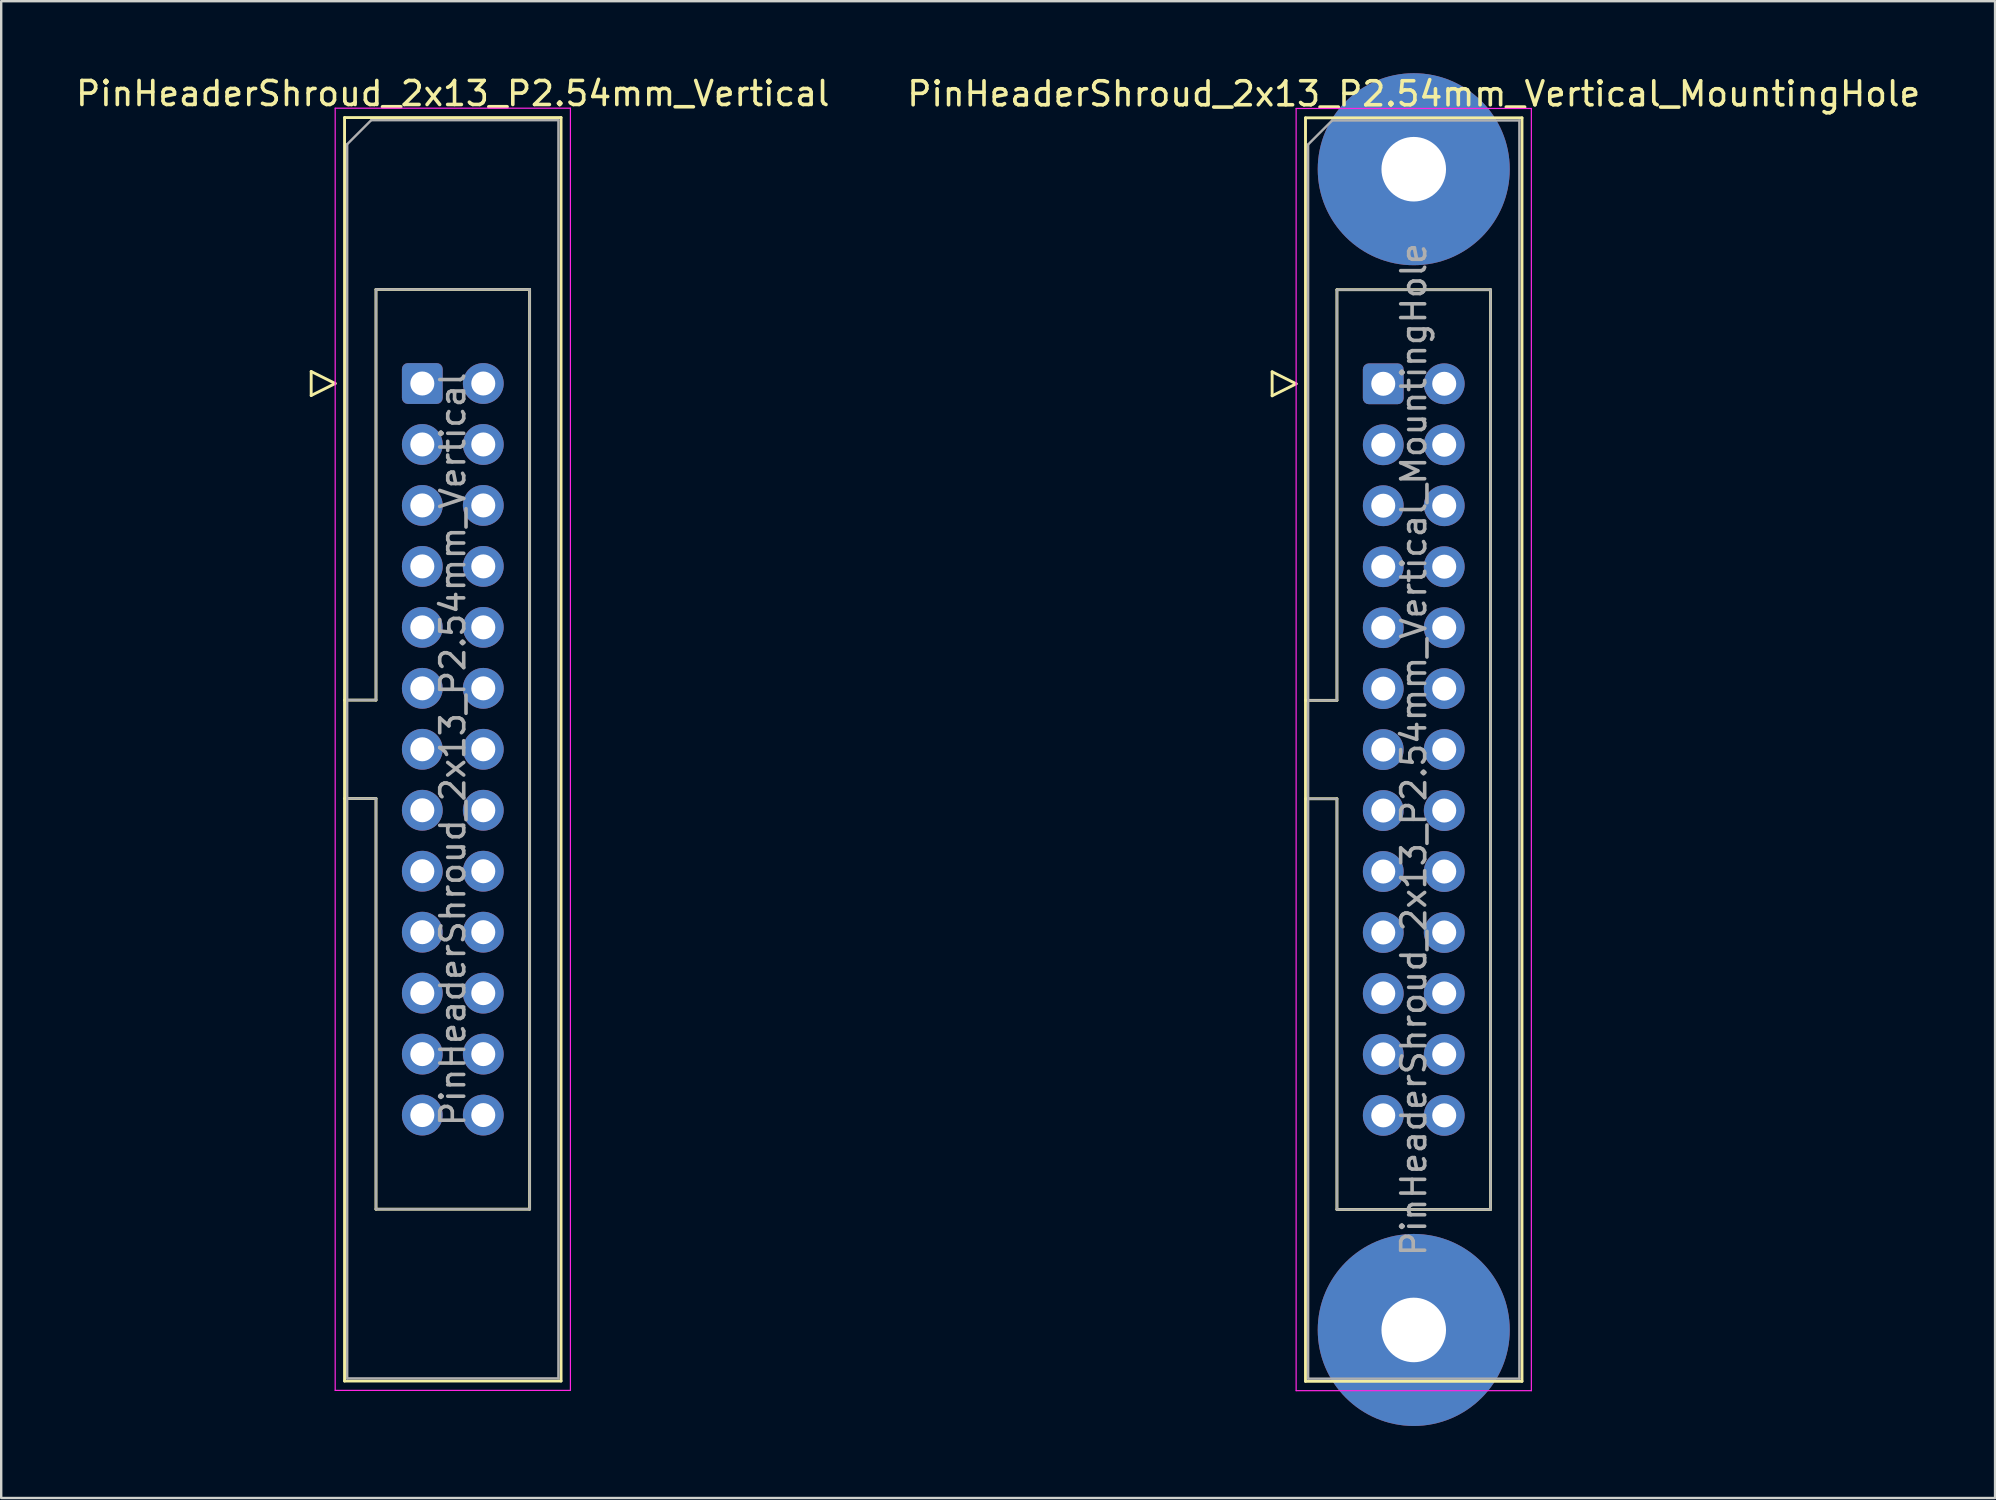
<source format=kicad_pcb>
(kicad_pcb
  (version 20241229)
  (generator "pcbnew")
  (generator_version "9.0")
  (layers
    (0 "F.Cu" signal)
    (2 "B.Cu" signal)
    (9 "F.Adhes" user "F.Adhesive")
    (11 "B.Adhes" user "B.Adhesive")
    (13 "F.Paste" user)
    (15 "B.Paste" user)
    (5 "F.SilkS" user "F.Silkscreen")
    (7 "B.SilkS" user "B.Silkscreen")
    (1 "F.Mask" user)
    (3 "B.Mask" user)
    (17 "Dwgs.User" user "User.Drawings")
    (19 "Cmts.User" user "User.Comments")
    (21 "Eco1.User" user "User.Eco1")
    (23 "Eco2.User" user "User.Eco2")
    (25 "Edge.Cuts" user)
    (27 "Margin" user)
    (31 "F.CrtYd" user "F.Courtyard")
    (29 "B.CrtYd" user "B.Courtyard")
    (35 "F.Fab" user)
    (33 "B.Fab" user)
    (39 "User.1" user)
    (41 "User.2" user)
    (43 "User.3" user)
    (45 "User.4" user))
  (footprint "PinHeaderShroud_2x13_P2.54mm_Vertical_MountingHole"
    (layer "F.Cu")
    (at 54.581 12.94)
    (property "Reference" "PinHeaderShroud_2x13_P2.54mm_Vertical_MountingHole" (at 1.27 -12.08 0) (layer "F.SilkS") (effects (font (size 1 1) (thickness 0.15))))
    (attr through_hole)
    (fp_line (start -4.63 -0.5) (end -4.63 0.5) (stroke (width 0.12) (type solid)) (layer "F.SilkS"))
    (fp_line (start -4.63 0.5) (end -3.63 0) (stroke (width 0.12) (type solid)) (layer "F.SilkS"))
    (fp_line (start -3.63 0) (end -4.63 -0.5) (stroke (width 0.12) (type solid)) (layer "F.SilkS"))
    (fp_line (start -3.24 -11.08) (end 5.78 -11.08) (stroke (width 0.12) (type solid)) (layer "F.SilkS"))
    (fp_line (start -3.24 13.19) (end -1.93 13.19) (stroke (width 0.12) (type solid)) (layer "F.SilkS"))
    (fp_line (start -3.24 17.29) (end -1.93 17.29) (stroke (width 0.12) (type solid)) (layer "F.SilkS"))
    (fp_line (start -3.24 41.56) (end -3.24 -11.08) (stroke (width 0.12) (type solid)) (layer "F.SilkS"))
    (fp_line (start -1.93 -3.92) (end 4.47 -3.92) (stroke (width 0.12) (type solid)) (layer "F.SilkS"))
    (fp_line (start -1.93 13.19) (end -1.93 -3.92) (stroke (width 0.12) (type solid)) (layer "F.SilkS"))
    (fp_line (start -1.93 34.4) (end -1.93 17.29) (stroke (width 0.12) (type solid)) (layer "F.SilkS"))
    (fp_line (start 4.47 -3.92) (end 4.47 34.4) (stroke (width 0.12) (type solid)) (layer "F.SilkS"))
    (fp_line (start 4.47 34.4) (end -1.93 34.4) (stroke (width 0.12) (type solid)) (layer "F.SilkS"))
    (fp_line (start 5.78 -11.08) (end 5.78 41.56) (stroke (width 0.12) (type solid)) (layer "F.SilkS"))
    (fp_line (start 5.78 41.56) (end -3.24 41.56) (stroke (width 0.12) (type solid)) (layer "F.SilkS"))
    (fp_line (start -3.63 -11.47) (end -3.63 41.95) (stroke (width 0.05) (type solid)) (layer "F.CrtYd"))
    (fp_line (start -3.63 41.95) (end 6.17 41.95) (stroke (width 0.05) (type solid)) (layer "F.CrtYd"))
    (fp_line (start 6.17 -11.47) (end -3.63 -11.47) (stroke (width 0.05) (type solid)) (layer "F.CrtYd"))
    (fp_line (start 6.17 41.95) (end 6.17 -11.47) (stroke (width 0.05) (type solid)) (layer "F.CrtYd"))
    (fp_line (start -3.13 -9.97) (end -2.13 -10.97) (stroke (width 0.1) (type solid)) (layer "F.Fab"))
    (fp_line (start -3.13 13.19) (end -1.93 13.19) (stroke (width 0.1) (type solid)) (layer "F.Fab"))
    (fp_line (start -3.13 17.29) (end -1.93 17.29) (stroke (width 0.1) (type solid)) (layer "F.Fab"))
    (fp_line (start -3.13 41.45) (end -3.13 -9.97) (stroke (width 0.1) (type solid)) (layer "F.Fab"))
    (fp_line (start -2.13 -10.97) (end 5.67 -10.97) (stroke (width 0.1) (type solid)) (layer "F.Fab"))
    (fp_line (start -1.93 -3.92) (end 4.47 -3.92) (stroke (width 0.1) (type solid)) (layer "F.Fab"))
    (fp_line (start -1.93 13.19) (end -1.93 -3.92) (stroke (width 0.1) (type solid)) (layer "F.Fab"))
    (fp_line (start -1.93 34.4) (end -1.93 17.29) (stroke (width 0.1) (type solid)) (layer "F.Fab"))
    (fp_line (start 4.47 -3.92) (end 4.47 34.4) (stroke (width 0.1) (type solid)) (layer "F.Fab"))
    (fp_line (start 4.47 34.4) (end -1.93 34.4) (stroke (width 0.1) (type solid)) (layer "F.Fab"))
    (fp_line (start 5.67 -10.97) (end 5.67 41.45) (stroke (width 0.1) (type solid)) (layer "F.Fab"))
    (fp_line (start 5.67 41.45) (end -3.13 41.45) (stroke (width 0.1) (type solid)) (layer "F.Fab"))
    (fp_text user "${REFERENCE}" (at 1.27 15.24 90) (layer "F.Fab") (effects (font (size 1 1) (thickness 0.15))))
    (pad "" thru_hole circle (at 1.27 -8.94) (size 8 8) (drill 2.69) (layers "*.Cu" "*.Mask"))
    (pad "" thru_hole circle (at 1.27 39.42) (size 8 8) (drill 2.69) (layers "*.Cu" "*.Mask"))
    (pad "1" thru_hole roundrect (at 0 0) (size 1.7 1.7) (drill 1) (layers "*.Cu" "*.Mask") (roundrect_rratio 0.147))
    (pad "2" thru_hole circle (at 2.54 0) (size 1.7 1.7) (drill 1) (layers "*.Cu" "*.Mask"))
    (pad "3" thru_hole circle (at 0 2.54) (size 1.7 1.7) (drill 1) (layers "*.Cu" "*.Mask"))
    (pad "4" thru_hole circle (at 2.54 2.54) (size 1.7 1.7) (drill 1) (layers "*.Cu" "*.Mask"))
    (pad "5" thru_hole circle (at 0 5.08) (size 1.7 1.7) (drill 1) (layers "*.Cu" "*.Mask"))
    (pad "6" thru_hole circle (at 2.54 5.08) (size 1.7 1.7) (drill 1) (layers "*.Cu" "*.Mask"))
    (pad "7" thru_hole circle (at 0 7.62) (size 1.7 1.7) (drill 1) (layers "*.Cu" "*.Mask"))
    (pad "8" thru_hole circle (at 2.54 7.62) (size 1.7 1.7) (drill 1) (layers "*.Cu" "*.Mask"))
    (pad "9" thru_hole circle (at 0 10.16) (size 1.7 1.7) (drill 1) (layers "*.Cu" "*.Mask"))
    (pad "10" thru_hole circle (at 2.54 10.16) (size 1.7 1.7) (drill 1) (layers "*.Cu" "*.Mask"))
    (pad "11" thru_hole circle (at 0 12.7) (size 1.7 1.7) (drill 1) (layers "*.Cu" "*.Mask"))
    (pad "12" thru_hole circle (at 2.54 12.7) (size 1.7 1.7) (drill 1) (layers "*.Cu" "*.Mask"))
    (pad "13" thru_hole circle (at 0 15.24) (size 1.7 1.7) (drill 1) (layers "*.Cu" "*.Mask"))
    (pad "14" thru_hole circle (at 2.54 15.24) (size 1.7 1.7) (drill 1) (layers "*.Cu" "*.Mask"))
    (pad "15" thru_hole circle (at 0 17.78) (size 1.7 1.7) (drill 1) (layers "*.Cu" "*.Mask"))
    (pad "16" thru_hole circle (at 2.54 17.78) (size 1.7 1.7) (drill 1) (layers "*.Cu" "*.Mask"))
    (pad "17" thru_hole circle (at 0 20.32) (size 1.7 1.7) (drill 1) (layers "*.Cu" "*.Mask"))
    (pad "18" thru_hole circle (at 2.54 20.32) (size 1.7 1.7) (drill 1) (layers "*.Cu" "*.Mask"))
    (pad "19" thru_hole circle (at 0 22.86) (size 1.7 1.7) (drill 1) (layers "*.Cu" "*.Mask"))
    (pad "20" thru_hole circle (at 2.54 22.86) (size 1.7 1.7) (drill 1) (layers "*.Cu" "*.Mask"))
    (pad "21" thru_hole circle (at 0 25.4) (size 1.7 1.7) (drill 1) (layers "*.Cu" "*.Mask"))
    (pad "22" thru_hole circle (at 2.54 25.4) (size 1.7 1.7) (drill 1) (layers "*.Cu" "*.Mask"))
    (pad "23" thru_hole circle (at 0 27.94) (size 1.7 1.7) (drill 1) (layers "*.Cu" "*.Mask"))
    (pad "24" thru_hole circle (at 2.54 27.94) (size 1.7 1.7) (drill 1) (layers "*.Cu" "*.Mask"))
    (pad "25" thru_hole circle (at 0 30.48) (size 1.7 1.7) (drill 1) (layers "*.Cu" "*.Mask"))
    (pad "26" thru_hole circle (at 2.54 30.48) (size 1.7 1.7) (drill 1) (layers "*.Cu" "*.Mask")))
  (footprint "PinHeaderShroud_2x13_P2.54mm_Vertical"
    (layer "F.Cu")
    (at 14.545 12.928)
    (property "Reference" "PinHeaderShroud_2x13_P2.54mm_Vertical" (at 1.27 -12.08 0) (layer "F.SilkS") (effects (font (size 1 1) (thickness 0.15))))
    (attr through_hole)
    (fp_line (start -4.63 -0.5) (end -4.63 0.5) (stroke (width 0.12) (type solid)) (layer "F.SilkS"))
    (fp_line (start -4.63 0.5) (end -3.63 0) (stroke (width 0.12) (type solid)) (layer "F.SilkS"))
    (fp_line (start -3.63 0) (end -4.63 -0.5) (stroke (width 0.12) (type solid)) (layer "F.SilkS"))
    (fp_line (start -3.24 -11.08) (end 5.78 -11.08) (stroke (width 0.12) (type solid)) (layer "F.SilkS"))
    (fp_line (start -3.24 13.19) (end -1.93 13.19) (stroke (width 0.12) (type solid)) (layer "F.SilkS"))
    (fp_line (start -3.24 17.29) (end -1.93 17.29) (stroke (width 0.12) (type solid)) (layer "F.SilkS"))
    (fp_line (start -3.24 41.56) (end -3.24 -11.08) (stroke (width 0.12) (type solid)) (layer "F.SilkS"))
    (fp_line (start -1.93 -3.92) (end 4.47 -3.92) (stroke (width 0.12) (type solid)) (layer "F.SilkS"))
    (fp_line (start -1.93 13.19) (end -1.93 -3.92) (stroke (width 0.12) (type solid)) (layer "F.SilkS"))
    (fp_line (start -1.93 34.4) (end -1.93 17.29) (stroke (width 0.12) (type solid)) (layer "F.SilkS"))
    (fp_line (start 4.47 -3.92) (end 4.47 34.4) (stroke (width 0.12) (type solid)) (layer "F.SilkS"))
    (fp_line (start 4.47 34.4) (end -1.93 34.4) (stroke (width 0.12) (type solid)) (layer "F.SilkS"))
    (fp_line (start 5.78 -11.08) (end 5.78 41.56) (stroke (width 0.12) (type solid)) (layer "F.SilkS"))
    (fp_line (start 5.78 41.56) (end -3.24 41.56) (stroke (width 0.12) (type solid)) (layer "F.SilkS"))
    (fp_line (start -3.63 -11.47) (end -3.63 41.95) (stroke (width 0.05) (type solid)) (layer "F.CrtYd"))
    (fp_line (start -3.63 41.95) (end 6.17 41.95) (stroke (width 0.05) (type solid)) (layer "F.CrtYd"))
    (fp_line (start 6.17 -11.47) (end -3.63 -11.47) (stroke (width 0.05) (type solid)) (layer "F.CrtYd"))
    (fp_line (start 6.17 41.95) (end 6.17 -11.47) (stroke (width 0.05) (type solid)) (layer "F.CrtYd"))
    (fp_line (start -3.13 -9.97) (end -2.13 -10.97) (stroke (width 0.1) (type solid)) (layer "F.Fab"))
    (fp_line (start -3.13 13.19) (end -1.93 13.19) (stroke (width 0.1) (type solid)) (layer "F.Fab"))
    (fp_line (start -3.13 17.29) (end -1.93 17.29) (stroke (width 0.1) (type solid)) (layer "F.Fab"))
    (fp_line (start -3.13 41.45) (end -3.13 -9.97) (stroke (width 0.1) (type solid)) (layer "F.Fab"))
    (fp_line (start -2.13 -10.97) (end 5.67 -10.97) (stroke (width 0.1) (type solid)) (layer "F.Fab"))
    (fp_line (start -1.93 -3.92) (end 4.47 -3.92) (stroke (width 0.1) (type solid)) (layer "F.Fab"))
    (fp_line (start -1.93 13.19) (end -1.93 -3.92) (stroke (width 0.1) (type solid)) (layer "F.Fab"))
    (fp_line (start -1.93 34.4) (end -1.93 17.29) (stroke (width 0.1) (type solid)) (layer "F.Fab"))
    (fp_line (start 4.47 -3.92) (end 4.47 34.4) (stroke (width 0.1) (type solid)) (layer "F.Fab"))
    (fp_line (start 4.47 34.4) (end -1.93 34.4) (stroke (width 0.1) (type solid)) (layer "F.Fab"))
    (fp_line (start 5.67 -10.97) (end 5.67 41.45) (stroke (width 0.1) (type solid)) (layer "F.Fab"))
    (fp_line (start 5.67 41.45) (end -3.13 41.45) (stroke (width 0.1) (type solid)) (layer "F.Fab"))
    (fp_text user "${REFERENCE}" (at 1.27 15.24 90) (layer "F.Fab") (effects (font (size 1 1) (thickness 0.15))))
    (pad "1" thru_hole roundrect (at 0 0) (size 1.7 1.7) (drill 1) (layers "*.Cu" "*.Mask") (roundrect_rratio 0.147))
    (pad "2" thru_hole circle (at 2.54 0) (size 1.7 1.7) (drill 1) (layers "*.Cu" "*.Mask"))
    (pad "3" thru_hole circle (at 0 2.54) (size 1.7 1.7) (drill 1) (layers "*.Cu" "*.Mask"))
    (pad "4" thru_hole circle (at 2.54 2.54) (size 1.7 1.7) (drill 1) (layers "*.Cu" "*.Mask"))
    (pad "5" thru_hole circle (at 0 5.08) (size 1.7 1.7) (drill 1) (layers "*.Cu" "*.Mask"))
    (pad "6" thru_hole circle (at 2.54 5.08) (size 1.7 1.7) (drill 1) (layers "*.Cu" "*.Mask"))
    (pad "7" thru_hole circle (at 0 7.62) (size 1.7 1.7) (drill 1) (layers "*.Cu" "*.Mask"))
    (pad "8" thru_hole circle (at 2.54 7.62) (size 1.7 1.7) (drill 1) (layers "*.Cu" "*.Mask"))
    (pad "9" thru_hole circle (at 0 10.16) (size 1.7 1.7) (drill 1) (layers "*.Cu" "*.Mask"))
    (pad "10" thru_hole circle (at 2.54 10.16) (size 1.7 1.7) (drill 1) (layers "*.Cu" "*.Mask"))
    (pad "11" thru_hole circle (at 0 12.7) (size 1.7 1.7) (drill 1) (layers "*.Cu" "*.Mask"))
    (pad "12" thru_hole circle (at 2.54 12.7) (size 1.7 1.7) (drill 1) (layers "*.Cu" "*.Mask"))
    (pad "13" thru_hole circle (at 0 15.24) (size 1.7 1.7) (drill 1) (layers "*.Cu" "*.Mask"))
    (pad "14" thru_hole circle (at 2.54 15.24) (size 1.7 1.7) (drill 1) (layers "*.Cu" "*.Mask"))
    (pad "15" thru_hole circle (at 0 17.78) (size 1.7 1.7) (drill 1) (layers "*.Cu" "*.Mask"))
    (pad "16" thru_hole circle (at 2.54 17.78) (size 1.7 1.7) (drill 1) (layers "*.Cu" "*.Mask"))
    (pad "17" thru_hole circle (at 0 20.32) (size 1.7 1.7) (drill 1) (layers "*.Cu" "*.Mask"))
    (pad "18" thru_hole circle (at 2.54 20.32) (size 1.7 1.7) (drill 1) (layers "*.Cu" "*.Mask"))
    (pad "19" thru_hole circle (at 0 22.86) (size 1.7 1.7) (drill 1) (layers "*.Cu" "*.Mask"))
    (pad "20" thru_hole circle (at 2.54 22.86) (size 1.7 1.7) (drill 1) (layers "*.Cu" "*.Mask"))
    (pad "21" thru_hole circle (at 0 25.4) (size 1.7 1.7) (drill 1) (layers "*.Cu" "*.Mask"))
    (pad "22" thru_hole circle (at 2.54 25.4) (size 1.7 1.7) (drill 1) (layers "*.Cu" "*.Mask"))
    (pad "23" thru_hole circle (at 0 27.94) (size 1.7 1.7) (drill 1) (layers "*.Cu" "*.Mask"))
    (pad "24" thru_hole circle (at 2.54 27.94) (size 1.7 1.7) (drill 1) (layers "*.Cu" "*.Mask"))
    (pad "25" thru_hole circle (at 0 30.48) (size 1.7 1.7) (drill 1) (layers "*.Cu" "*.Mask"))
    (pad "26" thru_hole circle (at 2.54 30.48) (size 1.7 1.7) (drill 1) (layers "*.Cu" "*.Mask")))
  (gr_rect
    (start -3 -3)
    (end 80.071 59.36)
    (stroke (width 0.1) (type default))
    (fill no)
    (layer "Edge.Cuts")))
</source>
